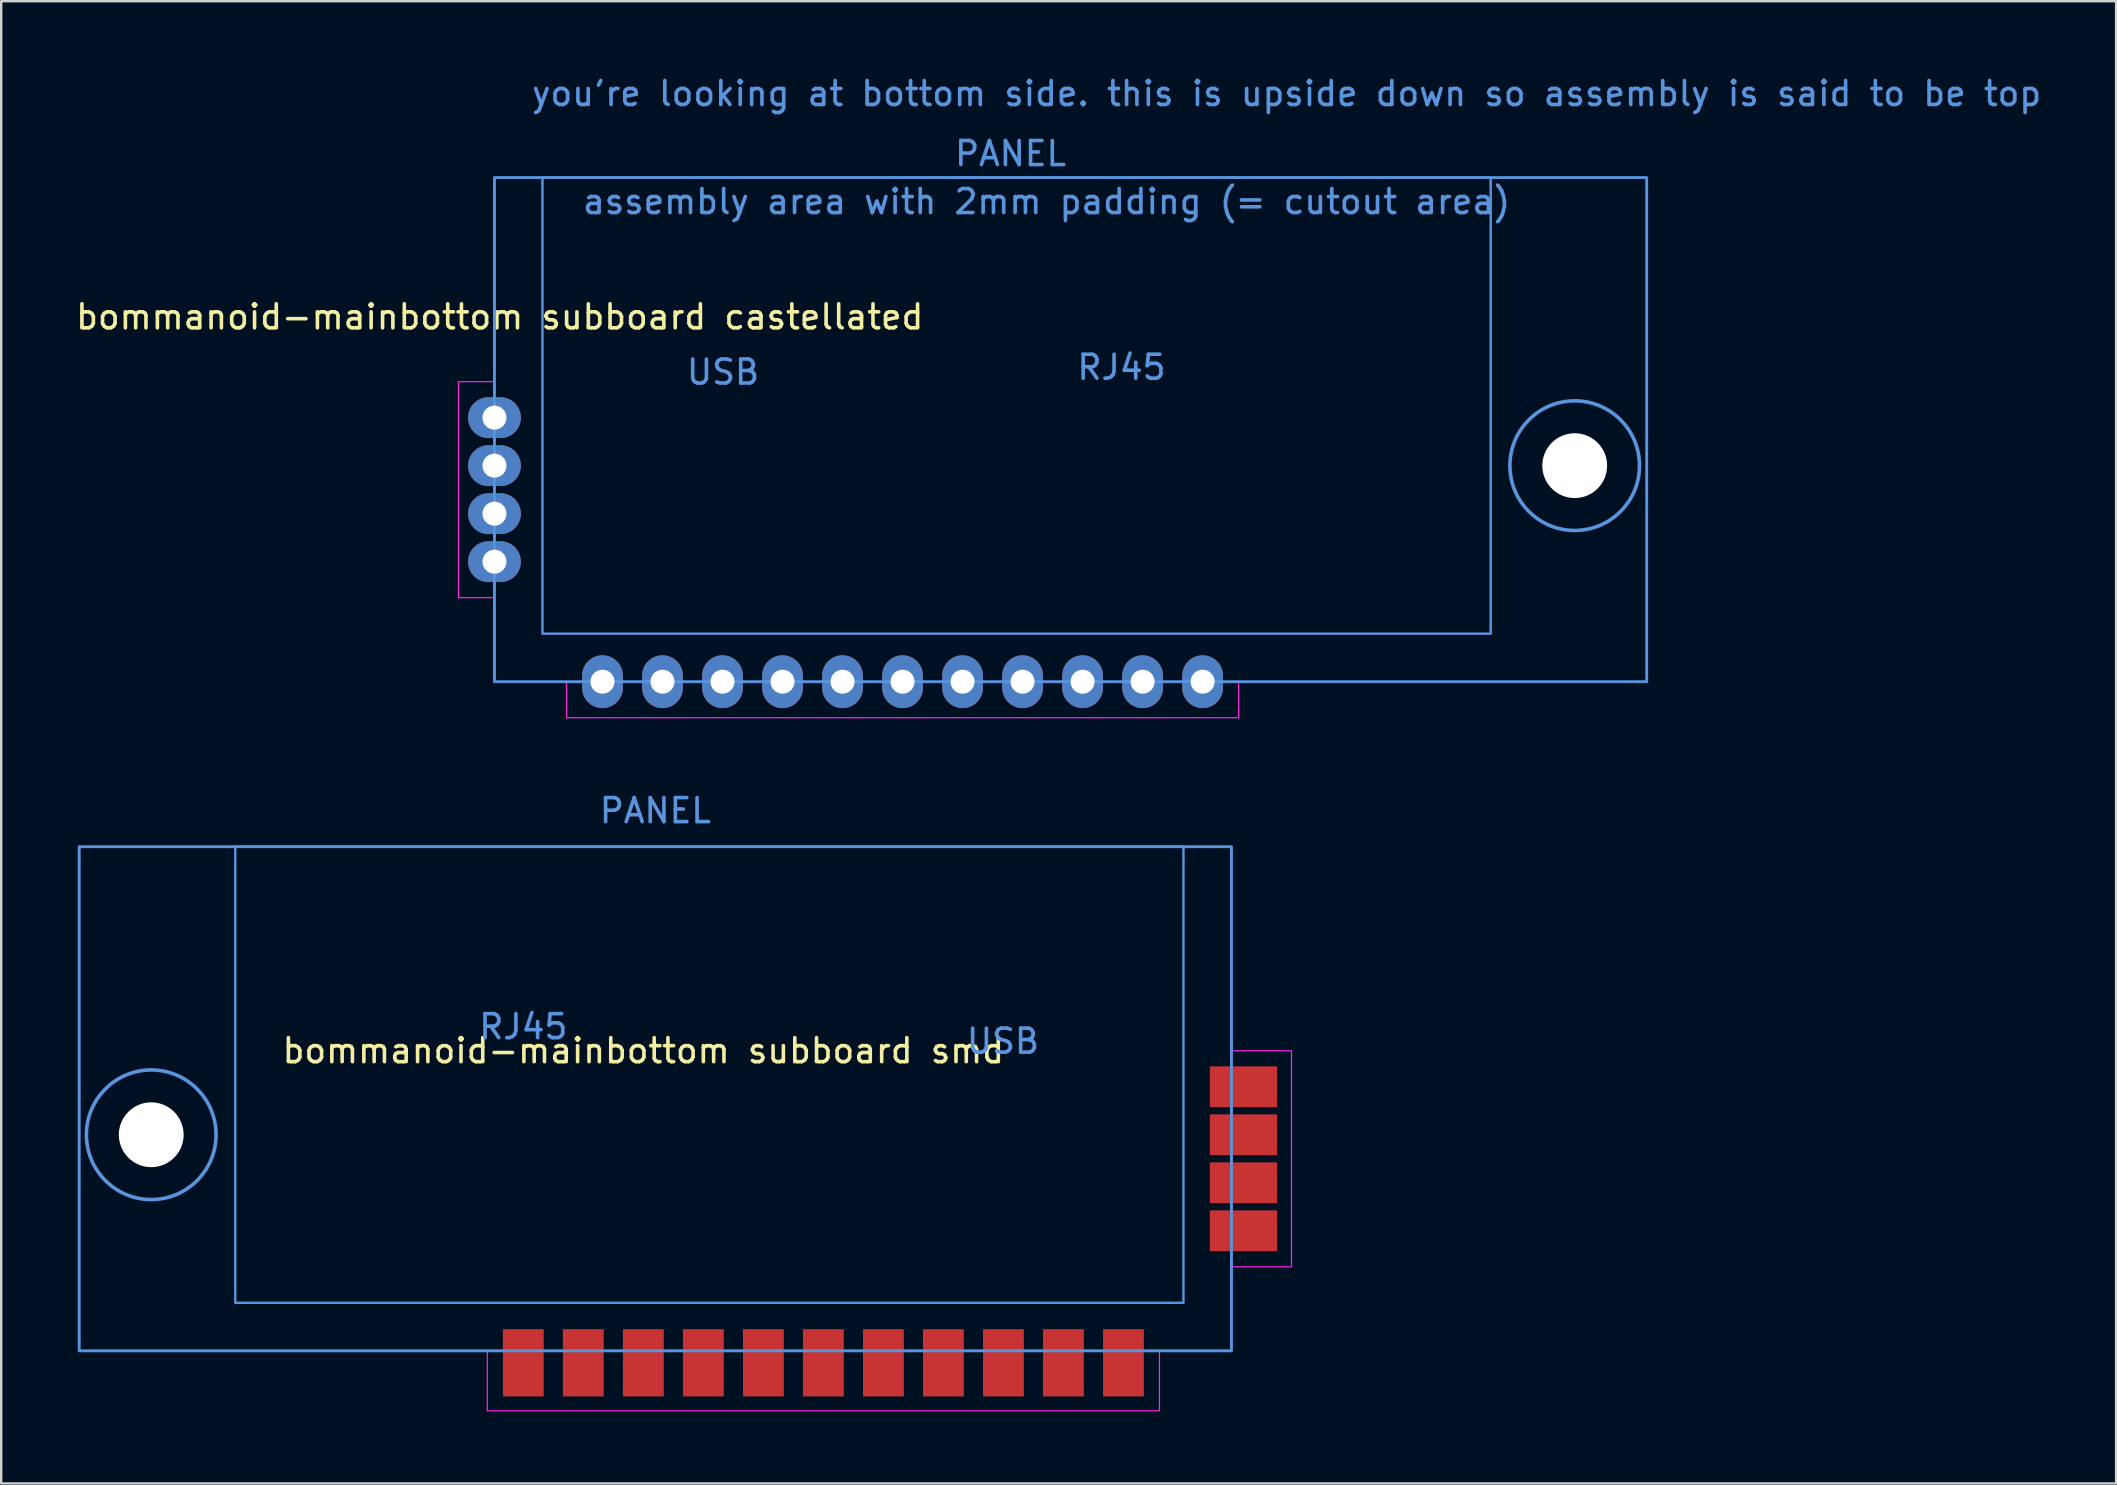
<source format=kicad_pcb>
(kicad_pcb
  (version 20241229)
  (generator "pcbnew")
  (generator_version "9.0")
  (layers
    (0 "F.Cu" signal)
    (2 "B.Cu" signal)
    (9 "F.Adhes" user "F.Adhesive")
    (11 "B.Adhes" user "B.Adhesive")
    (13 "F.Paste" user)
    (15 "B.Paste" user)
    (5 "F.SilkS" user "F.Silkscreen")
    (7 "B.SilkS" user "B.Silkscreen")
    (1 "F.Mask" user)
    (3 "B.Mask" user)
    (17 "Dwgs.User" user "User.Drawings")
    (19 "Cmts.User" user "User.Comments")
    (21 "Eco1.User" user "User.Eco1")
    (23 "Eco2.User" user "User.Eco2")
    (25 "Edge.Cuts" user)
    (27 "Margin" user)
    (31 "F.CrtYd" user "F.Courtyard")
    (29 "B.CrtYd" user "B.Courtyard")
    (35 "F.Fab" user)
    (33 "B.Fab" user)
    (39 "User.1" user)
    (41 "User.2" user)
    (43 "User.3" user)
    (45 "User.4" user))
  (footprint "bommanoid-mainbottom subboard smd"
    (layer "F.Cu")
    (at 0.25 32.221)
    (property "Reference" "bommanoid-mainbottom subboard smd" (at 23.5 8.5 0) (unlocked yes) (layer "F.SilkS") (effects (font (size 1 1) (thickness 0.15))))
    (attr smd)
    (fp_rect (start 46 0) (end 6.5 19) (stroke (width 0.1) (type solid)) (fill no) (layer "Cmts.User"))
    (fp_rect (start 48 0) (end 0 21) (stroke (width 0.12) (type solid)) (fill no) (layer "Cmts.User"))
    (fp_circle (center 3 12) (end 0.3 12) (stroke (width 0.15) (type solid)) (fill no) (layer "Cmts.User"))
    (fp_poly (pts (xy 48 8.5) (xy 50.5 8.5) (xy 50.5 17.5) (xy 48 17.5) (xy 48 21) (xy 45 21) (xy 45 23.5) (xy 17 23.5) (xy 17 21) (xy 0 21) (xy 0 0) (xy 48 0)) (stroke (width 0.05) (type solid)) (fill no) (layer "F.CrtYd"))
    (fp_text user "USB" (at 38.48 8.103 0) (unlocked yes) (layer "Cmts.User") (effects (font (size 1 1) (thickness 0.15))))
    (fp_text user "PANEL" (at 24 -1.5 0) (unlocked yes) (layer "Cmts.User") (effects (font (size 1 1) (thickness 0.15))))
    (fp_text user "RJ45" (at 18.5 7.5 0) (unlocked yes) (layer "Cmts.User") (effects (font (size 1 1) (thickness 0.15))))
    (pad "" np_thru_hole circle (at 3 12) (size 2.7 2.7) (drill 2.7) (layers "*.Cu" "*.Mask"))
    (pad "1" smd rect (at 48.5 10) (size 2.8 1.7) (layers "F.Cu" "F.Mask" "F.Paste"))
    (pad "2" smd rect (at 48.5 12) (size 2.8 1.7) (layers "F.Cu" "F.Mask" "F.Paste"))
    (pad "3" smd rect (at 48.5 14) (size 2.8 1.7) (layers "F.Cu" "F.Mask" "F.Paste"))
    (pad "4" smd rect (at 48.5 16) (size 2.8 1.7) (layers "F.Cu" "F.Mask" "F.Paste"))
    (pad "5" smd rect (at 43.5 21.5 270) (size 2.8 1.7) (layers "F.Cu" "F.Mask" "F.Paste"))
    (pad "6" smd rect (at 41 21.5 270) (size 2.8 1.7) (layers "F.Cu" "F.Mask" "F.Paste"))
    (pad "7" smd rect (at 38.5 21.5 270) (size 2.8 1.7) (layers "F.Cu" "F.Mask" "F.Paste"))
    (pad "8" smd rect (at 36 21.5 270) (size 2.8 1.7) (layers "F.Cu" "F.Mask" "F.Paste"))
    (pad "9" smd rect (at 33.5 21.5 270) (size 2.8 1.7) (layers "F.Cu" "F.Mask" "F.Paste"))
    (pad "10" smd rect (at 31 21.5 270) (size 2.8 1.7) (layers "F.Cu" "F.Mask" "F.Paste"))
    (pad "11" smd rect (at 28.5 21.5 270) (size 2.8 1.7) (layers "F.Cu" "F.Mask" "F.Paste"))
    (pad "12" smd rect (at 26 21.5 270) (size 2.8 1.7) (layers "F.Cu" "F.Mask" "F.Paste"))
    (pad "13" smd rect (at 23.5 21.5 270) (size 2.8 1.7) (layers "F.Cu" "F.Mask" "F.Paste"))
    (pad "14" smd rect (at 21 21.5 270) (size 2.8 1.7) (layers "F.Cu" "F.Mask" "F.Paste"))
    (pad "15" smd rect (at 18.5 21.5 270) (size 2.8 1.7) (layers "F.Cu" "F.Mask" "F.Paste")))
  (footprint "bommanoid-mainbottom subboard castellated"
    (layer "F.Cu")
    (at 65.548 4.348)
    (property "Reference" "bommanoid-mainbottom subboard castellated" (at -47.78 5.803 0) (unlocked yes) (layer "F.SilkS") (effects (font (size 1 1) (thickness 0.15))))
    (attr smd)
    (fp_rect (start -48 0) (end 0 21) (stroke (width 0.12) (type solid)) (fill no) (layer "Cmts.User"))
    (fp_rect (start -46 0) (end -6.5 19) (stroke (width 0.1) (type solid)) (fill no) (layer "Cmts.User"))
    (fp_circle (center -3 12) (end -0.3 12) (stroke (width 0.15) (type solid)) (fill no) (layer "Cmts.User"))
    (fp_poly (pts (xy 0 21) (xy -17 21) (xy -17 22.5) (xy -45 22.5) (xy -45 21) (xy -48 21) (xy -48 17.5) (xy -49.5 17.5) (xy -49.5 8.5) (xy -48 8.5) (xy -48 0) (xy -46 0) (xy -46 19) (xy -6.5 19) (xy -6.5 0) (xy 0 0)) (stroke (width 0.05) (type solid)) (fill no) (layer "F.CrtYd"))
    (fp_text user "RJ45" (at -21.88 7.903 0) (unlocked yes) (layer "Cmts.User") (effects (font (size 1 1) (thickness 0.15))))
    (fp_text user "assembly area with 2mm padding (= cutout area)" (at -25 1 0) (unlocked yes) (layer "Cmts.User") (effects (font (size 1 1) (thickness 0.15))))
    (fp_text user "you're looking at bottom side. this is upside down so assembly is said to be top" (at -15 -3.5 0) (unlocked yes) (layer "Cmts.User") (effects (font (size 1 1) (thickness 0.15))))
    (fp_text user "USB" (at -38.48 8.103 0) (unlocked yes) (layer "Cmts.User") (effects (font (size 1 1) (thickness 0.15))))
    (fp_text user "PANEL" (at -26.5 -1 0) (unlocked yes) (layer "Cmts.User") (effects (font (size 1 1) (thickness 0.15))))
    (pad "" np_thru_hole circle (at -3 12) (size 2.7 2.7) (drill 2.7) (layers "*.Cu" "*.Mask"))
    (pad "1" thru_hole oval (at -48 10) (size 2.2 1.7) (drill 1) (property pad_prop_castellated) (layers "*.Cu" "*.Mask"))
    (pad "2" thru_hole oval (at -48 12) (size 2.2 1.7) (drill 1) (property pad_prop_castellated) (layers "*.Cu" "*.Mask"))
    (pad "3" thru_hole oval (at -48 14) (size 2.2 1.7) (drill 1) (property pad_prop_castellated) (layers "*.Cu" "*.Mask"))
    (pad "4" thru_hole oval (at -48 16) (size 2.2 1.7) (drill 1) (property pad_prop_castellated) (layers "*.Cu" "*.Mask"))
    (pad "5" thru_hole oval (at -43.5 21 90) (size 2.2 1.7) (drill 1) (property pad_prop_castellated) (layers "*.Cu" "*.Mask"))
    (pad "6" thru_hole oval (at -41 21 90) (size 2.2 1.7) (drill 1) (property pad_prop_castellated) (layers "*.Cu" "*.Mask"))
    (pad "7" thru_hole oval (at -38.5 21 90) (size 2.2 1.7) (drill 1) (property pad_prop_castellated) (layers "*.Cu" "*.Mask"))
    (pad "8" thru_hole oval (at -36 21 90) (size 2.2 1.7) (drill 1) (property pad_prop_castellated) (layers "*.Cu" "*.Mask"))
    (pad "9" thru_hole oval (at -33.5 21 90) (size 2.2 1.7) (drill 1) (property pad_prop_castellated) (layers "*.Cu" "*.Mask"))
    (pad "10" thru_hole oval (at -31 21 90) (size 2.2 1.7) (drill 1) (property pad_prop_castellated) (layers "*.Cu" "*.Mask"))
    (pad "11" thru_hole oval (at -28.5 21 90) (size 2.2 1.7) (drill 1) (property pad_prop_castellated) (layers "*.Cu" "*.Mask"))
    (pad "12" thru_hole oval (at -26 21 270) (size 2.2 1.7) (drill 1) (property pad_prop_castellated) (layers "*.Cu" "*.Mask"))
    (pad "13" thru_hole oval (at -23.5 21 270) (size 2.2 1.7) (drill 1) (property pad_prop_castellated) (layers "*.Cu" "*.Mask"))
    (pad "14" thru_hole oval (at -21 21 270) (size 2.2 1.7) (drill 1) (property pad_prop_castellated) (layers "*.Cu" "*.Mask"))
    (pad "15" thru_hole oval (at -18.5 21 270) (size 2.2 1.7) (drill 1) (property pad_prop_castellated) (layers "*.Cu" "*.Mask")))
  (gr_rect
    (start -3 -3)
    (end 85.101 58.746)
    (stroke (width 0.1) (type default))
    (fill no)
    (layer "Edge.Cuts")))
</source>
